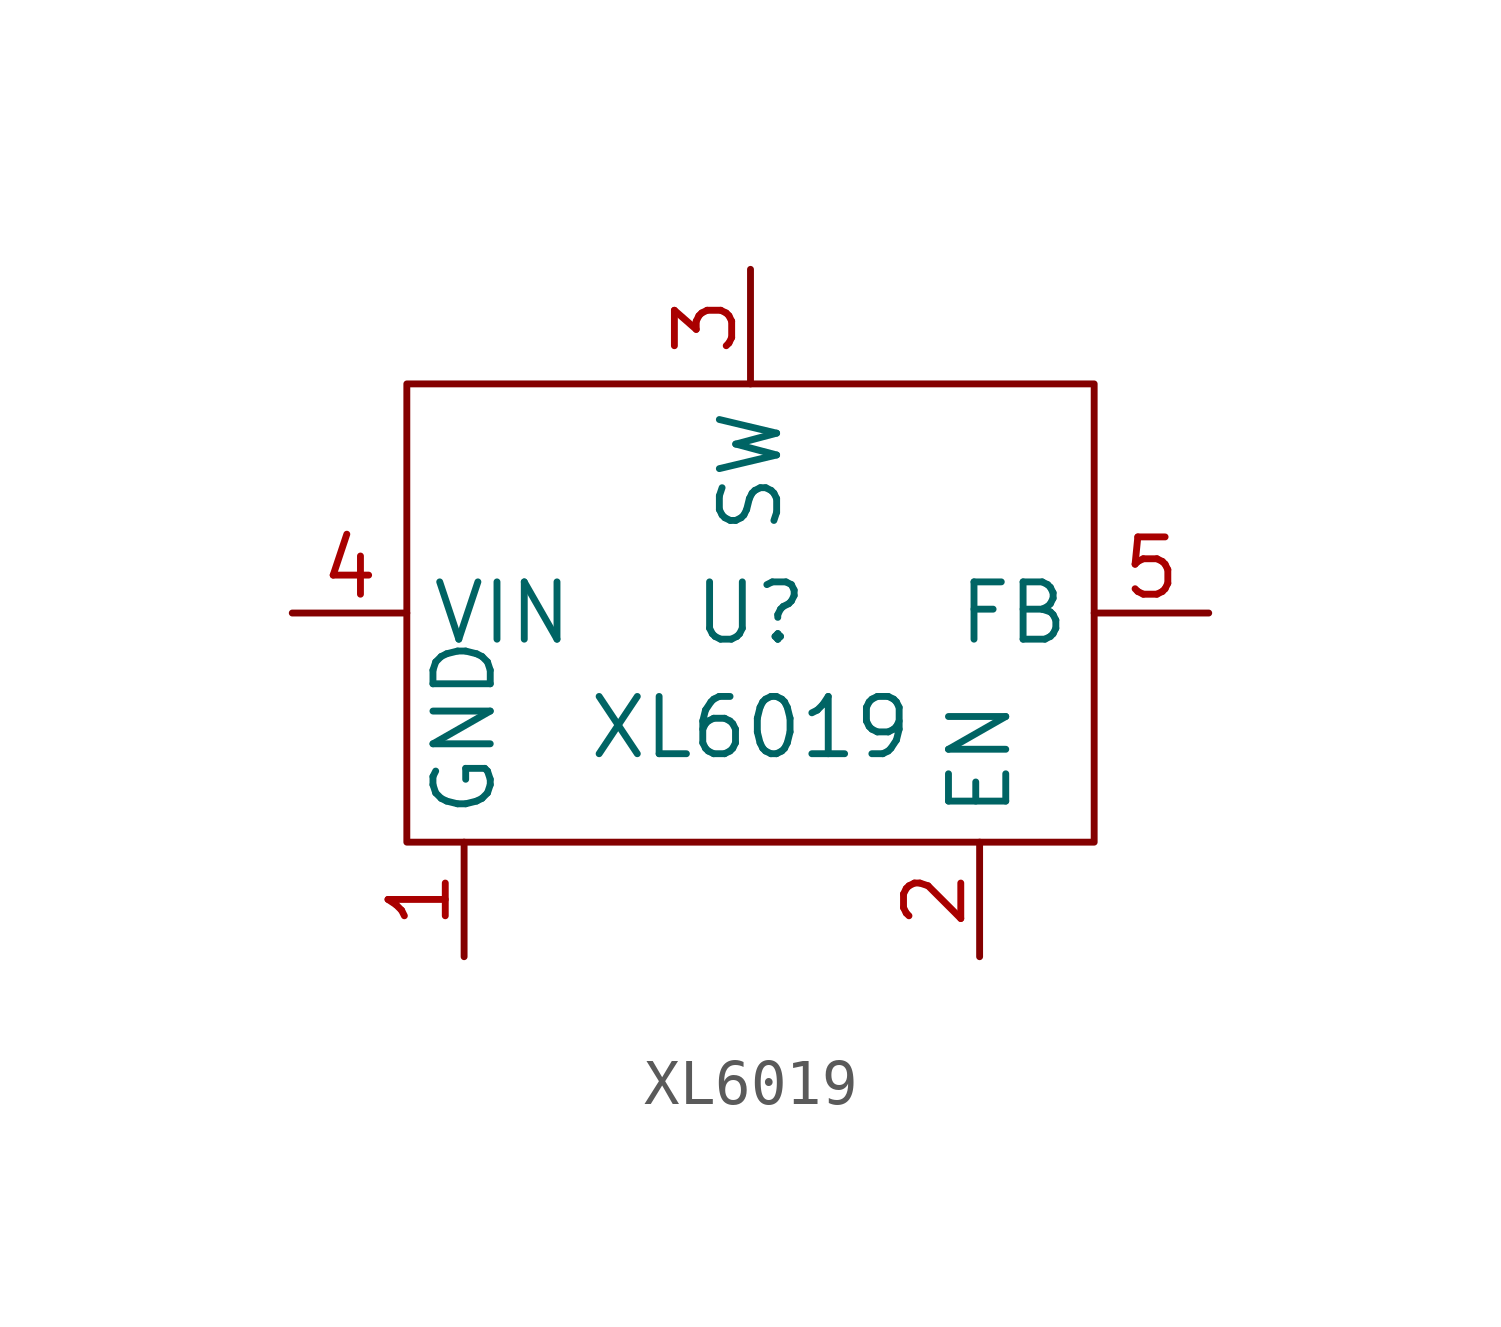
<source format=kicad_sym>
(kicad_symbol_lib
  (version 20211014)
  (generator kicad_symbol_editor)
  (symbol "XL6019"
    (property "Reference" "U"
      (at 0 5.08 0)
      (effects (font (size 1.27 1.27))))
    (property "Value" "XL6019"
      (at 0 2.54 0)
      (effects (font (size 1.27 1.27))))
    (symbol "XL6019_0_1"
      (rectangle (start -7.62 10.16) (end 7.62 0) (stroke (width 0) (type default) (color 0 0 0 0)) (fill (type none))))
    (symbol "XL6019_1_1"
      (pin power_in line (at -6.35 -2.54 90) (length 2.54) (name "GND" (effects (font (size 1.27 1.27)))) (number "1" (effects (font (size 1.27 1.27)))))
      (pin input line (at 5.08 -2.54 90) (length 2.54) (name "EN" (effects (font (size 1.27 1.27)))) (number "2" (effects (font (size 1.27 1.27)))))
      (pin power_out line (at 0 12.7 270) (length 2.54) (name "SW" (effects (font (size 1.27 1.27)))) (number "3" (effects (font (size 1.27 1.27)))))
      (pin power_in line (at -10.16 5.08 0) (length 2.54) (name "VIN" (effects (font (size 1.27 1.27)))) (number "4" (effects (font (size 1.27 1.27)))))
      (pin input line (at 10.16 5.08 180) (length 2.54) (name "FB" (effects (font (size 1.27 1.27)))) (number "5" (effects (font (size 1.27 1.27))))))))
</source>
